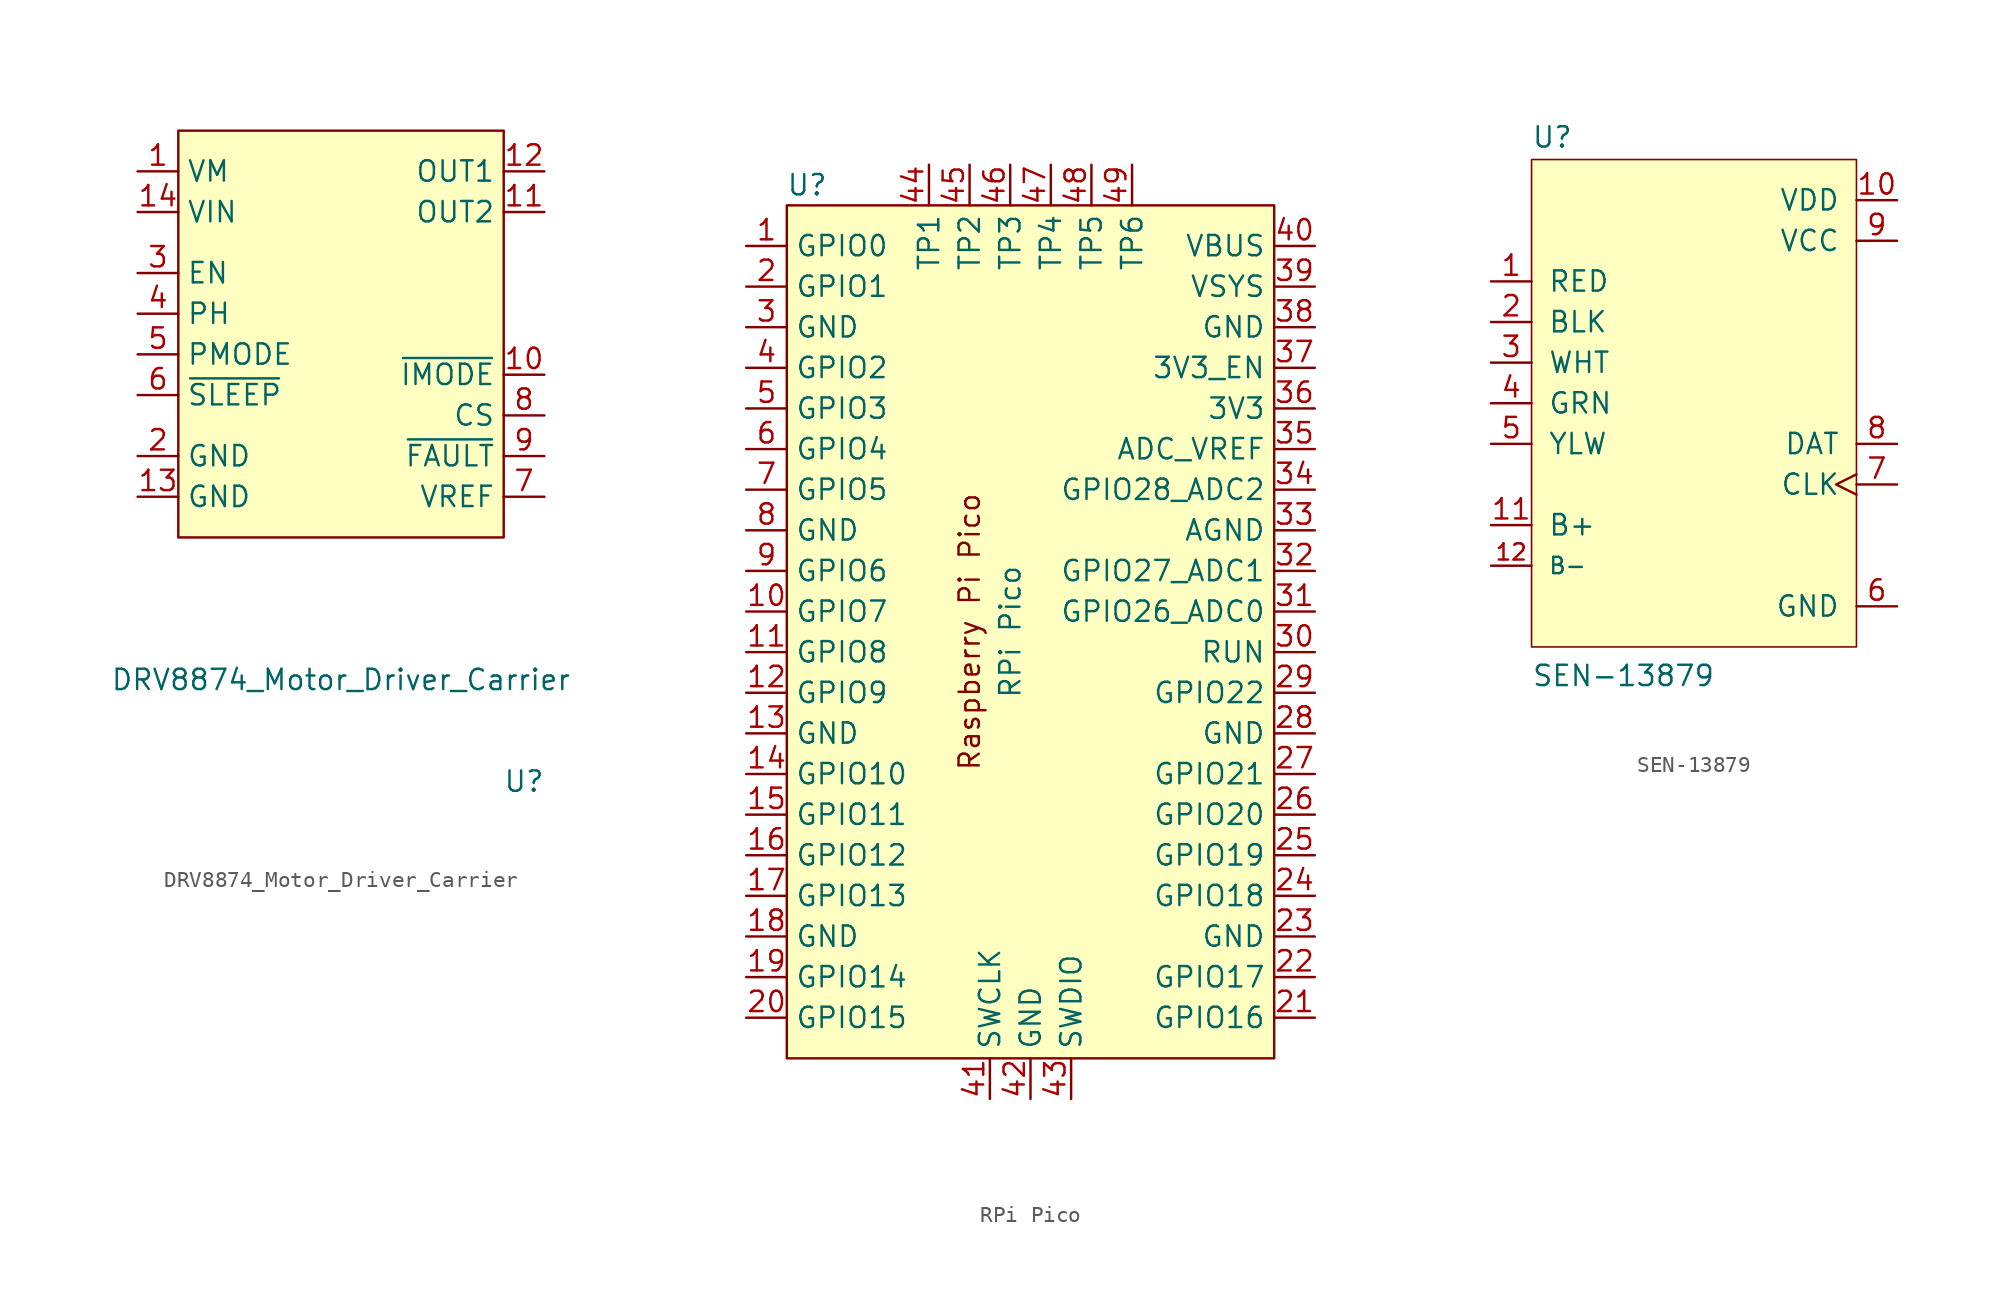
<source format=kicad_sym>
(kicad_symbol_lib
  (version 20220914)
  (generator kicad_symbol_editor)
  (symbol "DRV8874_Motor_Driver_Carrier"
    (property "Reference" "U"
      (at 11.43 -27.94 0)
      (effects (font (size 1.27 1.27))))
    (property "Value" "DRV8874_Motor_Driver_Carrier"
      (at 0 -21.59 0)
      (effects (font (size 1.27 1.27))))
    (symbol "DRV8874_Motor_Driver_Carrier_0_1"
      (rectangle (start -10.16 12.7) (end 10.16 -12.7) (stroke (width 0) (type default)) (fill (type background))))
    (symbol "DRV8874_Motor_Driver_Carrier_1_1"
      (pin power_in line (at -12.7 10.16 0) (length 2.54) (name "VM" (effects (font (size 1.27 1.27)))) (number "1" (effects (font (size 1.27 1.27)))))
      (pin bidirectional line (at 12.7 -2.54 180) (length 2.54) (name "~{IMODE}" (effects (font (size 1.27 1.27)))) (number "10" (effects (font (size 1.27 1.27)))))
      (pin power_out line (at 12.7 7.62 180) (length 2.54) (name "OUT2" (effects (font (size 1.27 1.27)))) (number "11" (effects (font (size 1.27 1.27)))))
      (pin power_out line (at 12.7 10.16 180) (length 2.54) (name "OUT1" (effects (font (size 1.27 1.27)))) (number "12" (effects (font (size 1.27 1.27)))))
      (pin power_in line (at -12.7 -10.16 0) (length 2.54) (name "GND" (effects (font (size 1.27 1.27)))) (number "13" (effects (font (size 1.27 1.27)))))
      (pin input line (at -12.7 7.62 0) (length 2.54) (name "VIN" (effects (font (size 1.27 1.27)))) (number "14" (effects (font (size 1.27 1.27)))))
      (pin power_in line (at -12.7 -7.62 0) (length 2.54) (name "GND" (effects (font (size 1.27 1.27)))) (number "2" (effects (font (size 1.27 1.27)))))
      (pin input line (at -12.7 3.81 0) (length 2.54) (name "EN" (effects (font (size 1.27 1.27)))) (number "3" (effects (font (size 1.27 1.27)))))
      (pin input line (at -12.7 1.27 0) (length 2.54) (name "PH" (effects (font (size 1.27 1.27)))) (number "4" (effects (font (size 1.27 1.27)))))
      (pin input line (at -12.7 -1.27 0) (length 2.54) (name "PMODE" (effects (font (size 1.27 1.27)))) (number "5" (effects (font (size 1.27 1.27)))))
      (pin input line (at -12.7 -3.81 0) (length 2.54) (name "~{SLEEP}" (effects (font (size 1.27 1.27)))) (number "6" (effects (font (size 1.27 1.27)))))
      (pin input line (at 12.7 -10.16 180) (length 2.54) (name "VREF" (effects (font (size 1.27 1.27)))) (number "7" (effects (font (size 1.27 1.27)))))
      (pin bidirectional line (at 12.7 -5.08 180) (length 2.54) (name "CS" (effects (font (size 1.27 1.27)))) (number "8" (effects (font (size 1.27 1.27)))))
      (pin output line (at 12.7 -7.62 180) (length 2.54) (name "~{FAULT}" (effects (font (size 1.27 1.27)))) (number "9" (effects (font (size 1.27 1.27)))))))
  (symbol "RPi Pico"
    (property "Reference" "U"
      (at -13.97 27.94 0)
      (effects (font (size 1.27 1.27))))
    (property "Value" "RPi Pico"
      (at -1.27 0 90)
      (effects (font (size 1.27 1.27))))
    (symbol "RPi Pico_0_0"
      (text "Raspberry Pi Pico" (at -3.81 0 900) (effects (font (size 1.27 1.27)))))
    (symbol "RPi Pico_0_1"
      (rectangle (start -15.24 26.67) (end 15.24 -26.67) (stroke (width 0) (type default)) (fill (type background))))
    (symbol "RPi Pico_1_1"
      (pin bidirectional line (at -17.78 24.13 0) (length 2.54) (name "GPIO0" (effects (font (size 1.27 1.27)))) (number "1" (effects (font (size 1.27 1.27)))))
      (pin bidirectional line (at -17.78 1.27 0) (length 2.54) (name "GPIO7" (effects (font (size 1.27 1.27)))) (number "10" (effects (font (size 1.27 1.27)))))
      (pin bidirectional line (at -17.78 -1.27 0) (length 2.54) (name "GPIO8" (effects (font (size 1.27 1.27)))) (number "11" (effects (font (size 1.27 1.27)))))
      (pin bidirectional line (at -17.78 -3.81 0) (length 2.54) (name "GPIO9" (effects (font (size 1.27 1.27)))) (number "12" (effects (font (size 1.27 1.27)))))
      (pin power_in line (at -17.78 -6.35 0) (length 2.54) (name "GND" (effects (font (size 1.27 1.27)))) (number "13" (effects (font (size 1.27 1.27)))))
      (pin bidirectional line (at -17.78 -8.89 0) (length 2.54) (name "GPIO10" (effects (font (size 1.27 1.27)))) (number "14" (effects (font (size 1.27 1.27)))))
      (pin bidirectional line (at -17.78 -11.43 0) (length 2.54) (name "GPIO11" (effects (font (size 1.27 1.27)))) (number "15" (effects (font (size 1.27 1.27)))))
      (pin bidirectional line (at -17.78 -13.97 0) (length 2.54) (name "GPIO12" (effects (font (size 1.27 1.27)))) (number "16" (effects (font (size 1.27 1.27)))))
      (pin bidirectional line (at -17.78 -16.51 0) (length 2.54) (name "GPIO13" (effects (font (size 1.27 1.27)))) (number "17" (effects (font (size 1.27 1.27)))))
      (pin power_in line (at -17.78 -19.05 0) (length 2.54) (name "GND" (effects (font (size 1.27 1.27)))) (number "18" (effects (font (size 1.27 1.27)))))
      (pin bidirectional line (at -17.78 -21.59 0) (length 2.54) (name "GPIO14" (effects (font (size 1.27 1.27)))) (number "19" (effects (font (size 1.27 1.27)))))
      (pin bidirectional line (at -17.78 21.59 0) (length 2.54) (name "GPIO1" (effects (font (size 1.27 1.27)))) (number "2" (effects (font (size 1.27 1.27)))))
      (pin bidirectional line (at -17.78 -24.13 0) (length 2.54) (name "GPIO15" (effects (font (size 1.27 1.27)))) (number "20" (effects (font (size 1.27 1.27)))))
      (pin bidirectional line (at 17.78 -24.13 180) (length 2.54) (name "GPIO16" (effects (font (size 1.27 1.27)))) (number "21" (effects (font (size 1.27 1.27)))))
      (pin bidirectional line (at 17.78 -21.59 180) (length 2.54) (name "GPIO17" (effects (font (size 1.27 1.27)))) (number "22" (effects (font (size 1.27 1.27)))))
      (pin power_in line (at 17.78 -19.05 180) (length 2.54) (name "GND" (effects (font (size 1.27 1.27)))) (number "23" (effects (font (size 1.27 1.27)))))
      (pin bidirectional line (at 17.78 -16.51 180) (length 2.54) (name "GPIO18" (effects (font (size 1.27 1.27)))) (number "24" (effects (font (size 1.27 1.27)))))
      (pin bidirectional line (at 17.78 -13.97 180) (length 2.54) (name "GPIO19" (effects (font (size 1.27 1.27)))) (number "25" (effects (font (size 1.27 1.27)))))
      (pin bidirectional line (at 17.78 -11.43 180) (length 2.54) (name "GPIO20" (effects (font (size 1.27 1.27)))) (number "26" (effects (font (size 1.27 1.27)))))
      (pin bidirectional line (at 17.78 -8.89 180) (length 2.54) (name "GPIO21" (effects (font (size 1.27 1.27)))) (number "27" (effects (font (size 1.27 1.27)))))
      (pin power_in line (at 17.78 -6.35 180) (length 2.54) (name "GND" (effects (font (size 1.27 1.27)))) (number "28" (effects (font (size 1.27 1.27)))))
      (pin bidirectional line (at 17.78 -3.81 180) (length 2.54) (name "GPIO22" (effects (font (size 1.27 1.27)))) (number "29" (effects (font (size 1.27 1.27)))))
      (pin power_in line (at -17.78 19.05 0) (length 2.54) (name "GND" (effects (font (size 1.27 1.27)))) (number "3" (effects (font (size 1.27 1.27)))))
      (pin input line (at 17.78 -1.27 180) (length 2.54) (name "RUN" (effects (font (size 1.27 1.27)))) (number "30" (effects (font (size 1.27 1.27)))))
      (pin bidirectional line (at 17.78 1.27 180) (length 2.54) (name "GPIO26_ADC0" (effects (font (size 1.27 1.27)))) (number "31" (effects (font (size 1.27 1.27)))))
      (pin bidirectional line (at 17.78 3.81 180) (length 2.54) (name "GPIO27_ADC1" (effects (font (size 1.27 1.27)))) (number "32" (effects (font (size 1.27 1.27)))))
      (pin power_in line (at 17.78 6.35 180) (length 2.54) (name "AGND" (effects (font (size 1.27 1.27)))) (number "33" (effects (font (size 1.27 1.27)))))
      (pin bidirectional line (at 17.78 8.89 180) (length 2.54) (name "GPIO28_ADC2" (effects (font (size 1.27 1.27)))) (number "34" (effects (font (size 1.27 1.27)))))
      (pin power_in line (at 17.78 11.43 180) (length 2.54) (name "ADC_VREF" (effects (font (size 1.27 1.27)))) (number "35" (effects (font (size 1.27 1.27)))))
      (pin power_in line (at 17.78 13.97 180) (length 2.54) (name "3V3" (effects (font (size 1.27 1.27)))) (number "36" (effects (font (size 1.27 1.27)))))
      (pin input line (at 17.78 16.51 180) (length 2.54) (name "3V3_EN" (effects (font (size 1.27 1.27)))) (number "37" (effects (font (size 1.27 1.27)))))
      (pin bidirectional line (at 17.78 19.05 180) (length 2.54) (name "GND" (effects (font (size 1.27 1.27)))) (number "38" (effects (font (size 1.27 1.27)))))
      (pin power_in line (at 17.78 21.59 180) (length 2.54) (name "VSYS" (effects (font (size 1.27 1.27)))) (number "39" (effects (font (size 1.27 1.27)))))
      (pin bidirectional line (at -17.78 16.51 0) (length 2.54) (name "GPIO2" (effects (font (size 1.27 1.27)))) (number "4" (effects (font (size 1.27 1.27)))))
      (pin power_in line (at 17.78 24.13 180) (length 2.54) (name "VBUS" (effects (font (size 1.27 1.27)))) (number "40" (effects (font (size 1.27 1.27)))))
      (pin input line (at -2.54 -29.21 90) (length 2.54) (name "SWCLK" (effects (font (size 1.27 1.27)))) (number "41" (effects (font (size 1.27 1.27)))))
      (pin power_in line (at 0 -29.21 90) (length 2.54) (name "GND" (effects (font (size 1.27 1.27)))) (number "42" (effects (font (size 1.27 1.27)))))
      (pin bidirectional line (at 2.54 -29.21 90) (length 2.54) (name "SWDIO" (effects (font (size 1.27 1.27)))) (number "43" (effects (font (size 1.27 1.27)))))
      (pin bidirectional line (at -6.35 29.21 270) (length 2.54) (name "TP1" (effects (font (size 1.27 1.27)))) (number "44" (effects (font (size 1.27 1.27)))))
      (pin bidirectional line (at -3.81 29.21 270) (length 2.54) (name "TP2" (effects (font (size 1.27 1.27)))) (number "45" (effects (font (size 1.27 1.27)))))
      (pin bidirectional line (at -1.27 29.21 270) (length 2.54) (name "TP3" (effects (font (size 1.27 1.27)))) (number "46" (effects (font (size 1.27 1.27)))))
      (pin bidirectional line (at 1.27 29.21 270) (length 2.54) (name "TP4" (effects (font (size 1.27 1.27)))) (number "47" (effects (font (size 1.27 1.27)))))
      (pin bidirectional line (at 3.81 29.21 270) (length 2.54) (name "TP5" (effects (font (size 1.27 1.27)))) (number "48" (effects (font (size 1.27 1.27)))))
      (pin bidirectional line (at 6.35 29.21 270) (length 2.54) (name "TP6" (effects (font (size 1.27 1.27)))) (number "49" (effects (font (size 1.27 1.27)))))
      (pin bidirectional line (at -17.78 13.97 0) (length 2.54) (name "GPIO3" (effects (font (size 1.27 1.27)))) (number "5" (effects (font (size 1.27 1.27)))))
      (pin bidirectional line (at -17.78 11.43 0) (length 2.54) (name "GPIO4" (effects (font (size 1.27 1.27)))) (number "6" (effects (font (size 1.27 1.27)))))
      (pin bidirectional line (at -17.78 8.89 0) (length 2.54) (name "GPIO5" (effects (font (size 1.27 1.27)))) (number "7" (effects (font (size 1.27 1.27)))))
      (pin power_in line (at -17.78 6.35 0) (length 2.54) (name "GND" (effects (font (size 1.27 1.27)))) (number "8" (effects (font (size 1.27 1.27)))))
      (pin bidirectional line (at -17.78 3.81 0) (length 2.54) (name "GPIO6" (effects (font (size 1.27 1.27)))) (number "9" (effects (font (size 1.27 1.27)))))))
  (symbol "SEN-13879"
    (pin_names
      (offset 1.016))
    (property "Reference" "U"
      (at -10.172 15.894 0)
      (effects (font (size 1.27 1.27)) (justify left bottom)))
    (property "Value" "SEN-13879"
      (at -10.164 -17.787 0)
      (effects (font (size 1.27 1.27)) (justify left bottom)))
    (symbol "SEN-13879_0_0"
      (rectangle (start -10.16 -15.24) (end 10.16 15.24) (stroke (width 0.1) (type default)) (fill (type background)))
      (pin bidirectional line (at -12.7 7.62 0) (length 2.54) (name "RED" (effects (font (size 1.27 1.27)))) (number "1" (effects (font (size 1.27 1.27)))))
      (pin power_in line (at 12.7 12.7 180) (length 2.54) (name "VDD" (effects (font (size 1.27 1.27)))) (number "10" (effects (font (size 1.27 1.27)))))
      (pin input line (at -12.7 -7.62 0) (length 2.54) (name "B+" (effects (font (size 1.27 1.27)))) (number "11" (effects (font (size 1.27 1.27)))))
      (pin input line (at -12.7 -10.16 0) (length 2.54) (name "B-" (effects (font (size 1.016 1.016)))) (number "12" (effects (font (size 1.016 1.016)))))
      (pin bidirectional line (at -12.7 5.08 0) (length 2.54) (name "BLK" (effects (font (size 1.27 1.27)))) (number "2" (effects (font (size 1.27 1.27)))))
      (pin input line (at -12.7 2.54 0) (length 2.54) (name "WHT" (effects (font (size 1.27 1.27)))) (number "3" (effects (font (size 1.27 1.27)))))
      (pin input line (at -12.7 0 0) (length 2.54) (name "GRN" (effects (font (size 1.27 1.27)))) (number "4" (effects (font (size 1.27 1.27)))))
      (pin bidirectional line (at -12.7 -2.54 0) (length 2.54) (name "YLW" (effects (font (size 1.27 1.27)))) (number "5" (effects (font (size 1.27 1.27)))))
      (pin power_in line (at 12.7 -12.7 180) (length 2.54) (name "GND" (effects (font (size 1.27 1.27)))) (number "6" (effects (font (size 1.27 1.27)))))
      (pin input clock (at 12.7 -5.08 180) (length 2.54) (name "CLK" (effects (font (size 1.27 1.27)))) (number "7" (effects (font (size 1.27 1.27)))))
      (pin output line (at 12.7 -2.54 180) (length 2.54) (name "DAT" (effects (font (size 1.27 1.27)))) (number "8" (effects (font (size 1.27 1.27)))))
      (pin power_in line (at 12.7 10.16 180) (length 2.54) (name "VCC" (effects (font (size 1.27 1.27)))) (number "9" (effects (font (size 1.27 1.27))))))))
</source>
